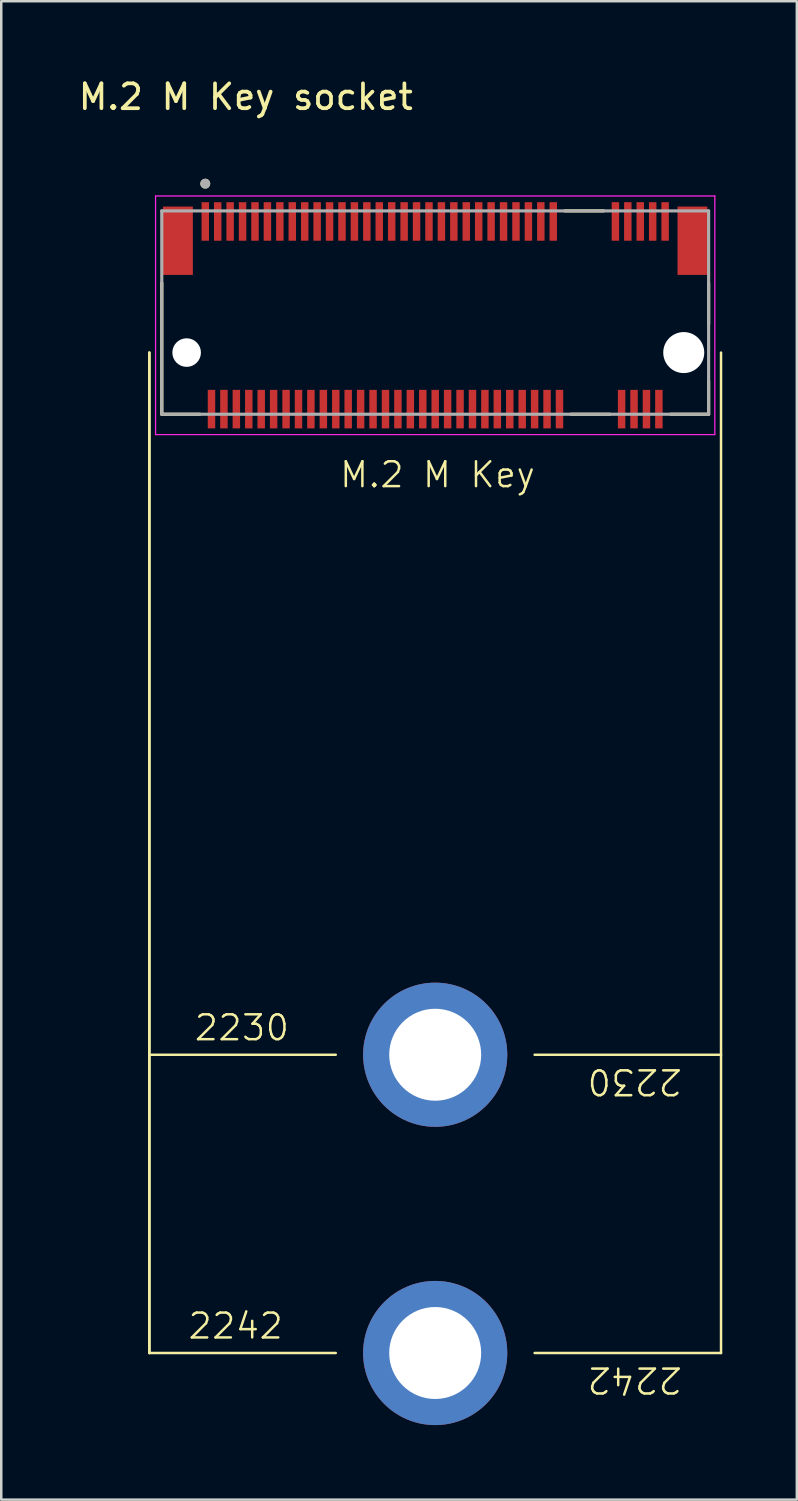
<source format=kicad_pcb>
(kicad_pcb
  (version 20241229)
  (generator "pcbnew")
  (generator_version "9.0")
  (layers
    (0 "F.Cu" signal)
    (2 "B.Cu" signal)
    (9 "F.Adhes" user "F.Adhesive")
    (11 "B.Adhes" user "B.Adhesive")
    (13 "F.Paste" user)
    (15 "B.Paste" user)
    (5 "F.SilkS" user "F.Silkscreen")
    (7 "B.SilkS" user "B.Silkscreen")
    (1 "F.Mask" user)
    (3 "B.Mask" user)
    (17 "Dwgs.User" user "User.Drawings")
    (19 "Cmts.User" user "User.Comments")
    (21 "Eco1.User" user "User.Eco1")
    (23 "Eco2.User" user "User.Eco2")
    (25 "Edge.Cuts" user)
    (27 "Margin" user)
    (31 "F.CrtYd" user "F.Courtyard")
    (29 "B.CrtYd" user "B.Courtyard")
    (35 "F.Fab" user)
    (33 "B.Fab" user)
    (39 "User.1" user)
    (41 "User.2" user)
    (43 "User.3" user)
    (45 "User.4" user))
  (footprint "M.2 M Key socket"
    (layer "F.Cu")
    (at 14.459 11.135)
    (property "Reference" "M.2 M Key socket" (at -7.62 -10.287 0) (layer "F.SilkS") (effects (font (size 1 1) (thickness 0.15))))
    (fp_line (start -11.5 0) (end -11.5 40.25) (stroke (width 0.1) (type default)) (layer "F.SilkS"))
    (fp_line (start -11.5 0) (end -11.5 40.25) (stroke (width 0.1) (type default)) (layer "F.SilkS"))
    (fp_line (start -11.5 28.25) (end -4 28.25) (stroke (width 0.1) (type default)) (layer "F.SilkS"))
    (fp_line (start -11.5 40.25) (end -4 40.25) (stroke (width 0.1) (type default)) (layer "F.SilkS"))
    (fp_line (start -11 2.48) (end -11 -2.805) (stroke (width 0.127) (type solid)) (layer "F.SilkS"))
    (fp_line (start -9.47 2.48) (end -11 2.48) (stroke (width 0.127) (type solid)) (layer "F.SilkS"))
    (fp_line (start 4 28.25) (end 11.5 28.25) (stroke (width 0.1) (type default)) (layer "F.SilkS"))
    (fp_line (start 4 40.25) (end 11.5 40.25) (stroke (width 0.1) (type default)) (layer "F.SilkS"))
    (fp_line (start 5.213 -5.7) (end 6.777 -5.7) (stroke (width 0.127) (type solid)) (layer "F.SilkS"))
    (fp_line (start 5.463 2.48) (end 7.027 2.48) (stroke (width 0.127) (type solid)) (layer "F.SilkS"))
    (fp_line (start 11 -2.805) (end 11 -1.145) (stroke (width 0.127) (type solid)) (layer "F.SilkS"))
    (fp_line (start 11 2.48) (end 9.47 2.48) (stroke (width 0.127) (type solid)) (layer "F.SilkS"))
    (fp_line (start 11 2.48) (end 11 1.145) (stroke (width 0.127) (type solid)) (layer "F.SilkS"))
    (fp_line (start 11.5 40.25) (end 11.5 0) (stroke (width 0.1) (type default)) (layer "F.SilkS"))
    (fp_circle (center -9.25 -6.796) (end -9.15 -6.796) (stroke (width 0.2) (type solid)) (fill no) (layer "F.SilkS"))
    (fp_line (start -11.25 -6.3) (end -11.25 3.3) (stroke (width 0.05) (type solid)) (layer "F.CrtYd"))
    (fp_line (start -11.25 3.3) (end 11.25 3.3) (stroke (width 0.05) (type solid)) (layer "F.CrtYd"))
    (fp_line (start 11.25 -6.3) (end -11.25 -6.3) (stroke (width 0.05) (type solid)) (layer "F.CrtYd"))
    (fp_line (start 11.25 3.3) (end 11.25 -6.3) (stroke (width 0.05) (type solid)) (layer "F.CrtYd"))
    (fp_line (start -11 -5.7) (end 11 -5.7) (stroke (width 0.127) (type solid)) (layer "F.Fab"))
    (fp_line (start -11 2.48) (end -11 -5.7) (stroke (width 0.127) (type solid)) (layer "F.Fab"))
    (fp_line (start 11 -5.7) (end 11 2.48) (stroke (width 0.127) (type solid)) (layer "F.Fab"))
    (fp_line (start 11 2.48) (end -11 2.48) (stroke (width 0.127) (type solid)) (layer "F.Fab"))
    (fp_circle (center -9.25 -6.796) (end -9.15 -6.796) (stroke (width 0.2) (type solid)) (fill no) (layer "F.Fab"))
    (fp_text user "2242" (at 10 40.75 180) (unlocked yes) (layer "F.SilkS") (effects (font (size 1 1) (thickness 0.1)) (justify left bottom)))
    (fp_text user "2230" (at 10 28.75 180) (unlocked yes) (layer "F.SilkS") (effects (font (size 1 1) (thickness 0.1)) (justify left bottom)))
    (fp_text user "M.2 M Key" (at -3.9 5.5 0) (unlocked yes) (layer "F.SilkS") (effects (font (size 1 1) (thickness 0.1)) (justify left bottom)))
    (fp_text user "2242" (at -10 39.75 0) (unlocked yes) (layer "F.SilkS") (effects (font (size 1 1) (thickness 0.1)) (justify left bottom)))
    (fp_text user "2230" (at -9.75 27.75 0) (unlocked yes) (layer "F.SilkS") (effects (font (size 1 1) (thickness 0.1)) (justify left bottom)))
    (pad "" np_thru_hole circle (at -10 0) (size 1.15 1.15) (drill 1.15) (layers "*.Cu" "*.Mask"))
    (pad "" np_thru_hole circle (at 10 0) (size 1.65 1.65) (drill 1.65) (layers "*.Cu" "*.Mask"))
    (pad "1" smd rect (at -9.25 -5.275) (size 0.3 1.55) (layers "F.Cu" "F.Mask" "F.Paste"))
    (pad "2" smd rect (at -9 2.275) (size 0.3 1.55) (layers "F.Cu" "F.Mask" "F.Paste"))
    (pad "3" smd rect (at -8.75 -5.275) (size 0.3 1.55) (layers "F.Cu" "F.Mask" "F.Paste"))
    (pad "4" smd rect (at -8.5 2.275) (size 0.3 1.55) (layers "F.Cu" "F.Mask" "F.Paste"))
    (pad "5" smd rect (at -8.25 -5.275) (size 0.3 1.55) (layers "F.Cu" "F.Mask" "F.Paste"))
    (pad "6" smd rect (at -8 2.275) (size 0.3 1.55) (layers "F.Cu" "F.Mask" "F.Paste"))
    (pad "7" smd rect (at -7.75 -5.275) (size 0.3 1.55) (layers "F.Cu" "F.Mask" "F.Paste"))
    (pad "8" smd rect (at -7.5 2.275) (size 0.3 1.55) (layers "F.Cu" "F.Mask" "F.Paste"))
    (pad "9" smd rect (at -7.25 -5.275) (size 0.3 1.55) (layers "F.Cu" "F.Mask" "F.Paste"))
    (pad "10" smd rect (at -7 2.275) (size 0.3 1.55) (layers "F.Cu" "F.Mask" "F.Paste"))
    (pad "11" smd rect (at -6.75 -5.275) (size 0.3 1.55) (layers "F.Cu" "F.Mask" "F.Paste"))
    (pad "12" smd rect (at -6.5 2.275) (size 0.3 1.55) (layers "F.Cu" "F.Mask" "F.Paste"))
    (pad "13" smd rect (at -6.25 -5.275) (size 0.3 1.55) (layers "F.Cu" "F.Mask" "F.Paste"))
    (pad "14" smd rect (at -6 2.275) (size 0.3 1.55) (layers "F.Cu" "F.Mask" "F.Paste"))
    (pad "15" smd rect (at -5.75 -5.275) (size 0.3 1.55) (layers "F.Cu" "F.Mask" "F.Paste"))
    (pad "16" smd rect (at -5.5 2.275) (size 0.3 1.55) (layers "F.Cu" "F.Mask" "F.Paste"))
    (pad "17" smd rect (at -5.25 -5.275) (size 0.3 1.55) (layers "F.Cu" "F.Mask" "F.Paste"))
    (pad "18" smd rect (at -5 2.275) (size 0.3 1.55) (layers "F.Cu" "F.Mask" "F.Paste"))
    (pad "19" smd rect (at -4.75 -5.275) (size 0.3 1.55) (layers "F.Cu" "F.Mask" "F.Paste"))
    (pad "20" smd rect (at -4.5 2.275) (size 0.3 1.55) (layers "F.Cu" "F.Mask" "F.Paste"))
    (pad "21" smd rect (at -4.25 -5.275) (size 0.3 1.55) (layers "F.Cu" "F.Mask" "F.Paste"))
    (pad "22" smd rect (at -4 2.275) (size 0.3 1.55) (layers "F.Cu" "F.Mask" "F.Paste"))
    (pad "23" smd rect (at -3.75 -5.275) (size 0.3 1.55) (layers "F.Cu" "F.Mask" "F.Paste"))
    (pad "24" smd rect (at -3.5 2.275) (size 0.3 1.55) (layers "F.Cu" "F.Mask" "F.Paste"))
    (pad "25" smd rect (at -3.25 -5.275) (size 0.3 1.55) (layers "F.Cu" "F.Mask" "F.Paste"))
    (pad "26" smd rect (at -3 2.275) (size 0.3 1.55) (layers "F.Cu" "F.Mask" "F.Paste"))
    (pad "27" smd rect (at -2.75 -5.275) (size 0.3 1.55) (layers "F.Cu" "F.Mask" "F.Paste"))
    (pad "28" smd rect (at -2.5 2.275) (size 0.3 1.55) (layers "F.Cu" "F.Mask" "F.Paste"))
    (pad "29" smd rect (at -2.25 -5.275) (size 0.3 1.55) (layers "F.Cu" "F.Mask" "F.Paste"))
    (pad "30" smd rect (at -2 2.275) (size 0.3 1.55) (layers "F.Cu" "F.Mask" "F.Paste"))
    (pad "31" smd rect (at -1.75 -5.275) (size 0.3 1.55) (layers "F.Cu" "F.Mask" "F.Paste"))
    (pad "32" smd rect (at -1.5 2.275) (size 0.3 1.55) (layers "F.Cu" "F.Mask" "F.Paste"))
    (pad "33" smd rect (at -1.25 -5.275) (size 0.3 1.55) (layers "F.Cu" "F.Mask" "F.Paste"))
    (pad "34" smd rect (at -1 2.275) (size 0.3 1.55) (layers "F.Cu" "F.Mask" "F.Paste"))
    (pad "35" smd rect (at -0.75 -5.275) (size 0.3 1.55) (layers "F.Cu" "F.Mask" "F.Paste"))
    (pad "36" smd rect (at -0.5 2.275) (size 0.3 1.55) (layers "F.Cu" "F.Mask" "F.Paste"))
    (pad "37" smd rect (at -0.25 -5.275) (size 0.3 1.55) (layers "F.Cu" "F.Mask" "F.Paste"))
    (pad "38" smd rect (at 0 2.275) (size 0.3 1.55) (layers "F.Cu" "F.Mask" "F.Paste"))
    (pad "39" smd rect (at 0.25 -5.275) (size 0.3 1.55) (layers "F.Cu" "F.Mask" "F.Paste"))
    (pad "40" smd rect (at 0.5 2.275) (size 0.3 1.55) (layers "F.Cu" "F.Mask" "F.Paste"))
    (pad "41" smd rect (at 0.75 -5.275) (size 0.3 1.55) (layers "F.Cu" "F.Mask" "F.Paste"))
    (pad "42" smd rect (at 1 2.275) (size 0.3 1.55) (layers "F.Cu" "F.Mask" "F.Paste"))
    (pad "43" smd rect (at 1.25 -5.275) (size 0.3 1.55) (layers "F.Cu" "F.Mask" "F.Paste"))
    (pad "44" smd rect (at 1.5 2.275) (size 0.3 1.55) (layers "F.Cu" "F.Mask" "F.Paste"))
    (pad "45" smd rect (at 1.75 -5.275) (size 0.3 1.55) (layers "F.Cu" "F.Mask" "F.Paste"))
    (pad "46" smd rect (at 2 2.275) (size 0.3 1.55) (layers "F.Cu" "F.Mask" "F.Paste"))
    (pad "47" smd rect (at 2.25 -5.275) (size 0.3 1.55) (layers "F.Cu" "F.Mask" "F.Paste"))
    (pad "48" smd rect (at 2.5 2.275) (size 0.3 1.55) (layers "F.Cu" "F.Mask" "F.Paste"))
    (pad "49" smd rect (at 2.75 -5.275) (size 0.3 1.55) (layers "F.Cu" "F.Mask" "F.Paste"))
    (pad "50" smd rect (at 3 2.275) (size 0.3 1.55) (layers "F.Cu" "F.Mask" "F.Paste"))
    (pad "51" smd rect (at 3.25 -5.275) (size 0.3 1.55) (layers "F.Cu" "F.Mask" "F.Paste"))
    (pad "52" smd rect (at 3.5 2.275) (size 0.3 1.55) (layers "F.Cu" "F.Mask" "F.Paste"))
    (pad "53" smd rect (at 3.75 -5.275) (size 0.3 1.55) (layers "F.Cu" "F.Mask" "F.Paste"))
    (pad "54" smd rect (at 4 2.275) (size 0.3 1.55) (layers "F.Cu" "F.Mask" "F.Paste"))
    (pad "55" smd rect (at 4.25 -5.275) (size 0.3 1.55) (layers "F.Cu" "F.Mask" "F.Paste"))
    (pad "56" smd rect (at 4.5 2.275) (size 0.3 1.55) (layers "F.Cu" "F.Mask" "F.Paste"))
    (pad "57" smd rect (at 4.75 -5.275) (size 0.3 1.55) (layers "F.Cu" "F.Mask" "F.Paste"))
    (pad "58" smd rect (at 5 2.275) (size 0.3 1.55) (layers "F.Cu" "F.Mask" "F.Paste"))
    (pad "67" smd rect (at 7.25 -5.275) (size 0.3 1.55) (layers "F.Cu" "F.Mask" "F.Paste"))
    (pad "68" smd rect (at 7.5 2.275) (size 0.3 1.55) (layers "F.Cu" "F.Mask" "F.Paste"))
    (pad "69" smd rect (at 7.75 -5.275) (size 0.3 1.55) (layers "F.Cu" "F.Mask" "F.Paste"))
    (pad "70" smd rect (at 8 2.275) (size 0.3 1.55) (layers "F.Cu" "F.Mask" "F.Paste"))
    (pad "71" smd rect (at 8.25 -5.275) (size 0.3 1.55) (layers "F.Cu" "F.Mask" "F.Paste"))
    (pad "72" smd rect (at 8.5 2.275) (size 0.3 1.55) (layers "F.Cu" "F.Mask" "F.Paste"))
    (pad "73" smd rect (at 8.75 -5.275) (size 0.3 1.55) (layers "F.Cu" "F.Mask" "F.Paste"))
    (pad "74" smd rect (at 9 2.275) (size 0.3 1.55) (layers "F.Cu" "F.Mask" "F.Paste"))
    (pad "75" smd rect (at 9.25 -5.275) (size 0.3 1.55) (layers "F.Cu" "F.Mask" "F.Paste"))
    (pad "M1" thru_hole circle (at 0 28.25) (size 5.8 5.8) (drill 3.7) (layers "*.Cu" "*.Mask"))
    (pad "M2" thru_hole circle (at 0 40.25) (size 5.8 5.8) (drill 3.7) (layers "*.Cu" "*.Mask"))
    (pad "S1" smd rect (at -10.35 -4.5) (size 1.2 2.75) (layers "F.Cu" "F.Mask" "F.Paste"))
    (pad "S2" smd rect (at 10.35 -4.5) (size 1.2 2.75) (layers "F.Cu" "F.Mask" "F.Paste")))
  (gr_rect
    (start -3 -3)
    (end 29.009 57.285)
    (stroke (width 0.1) (type default))
    (fill no)
    (layer "Edge.Cuts")))
</source>
